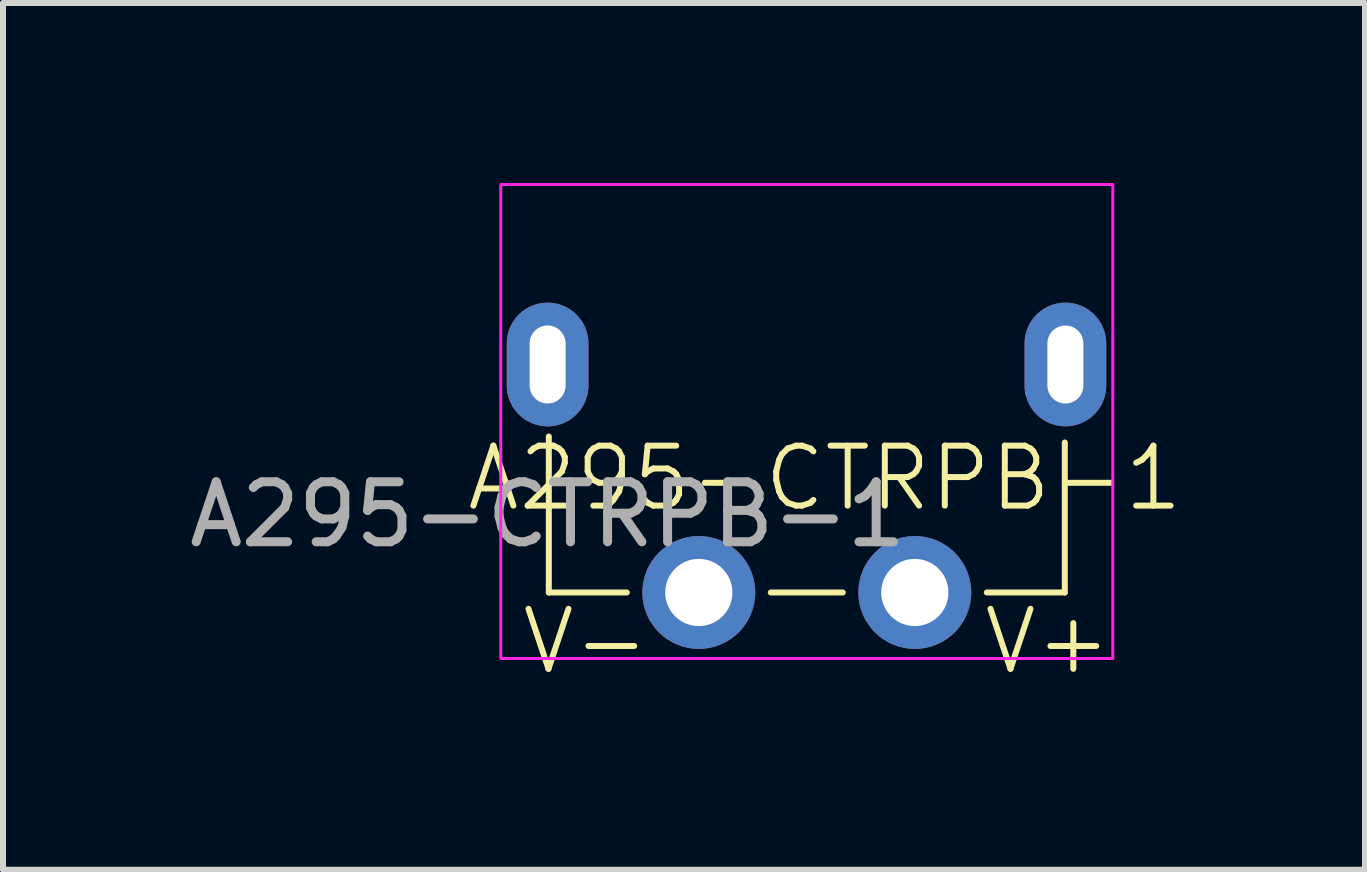
<source format=kicad_pcb>
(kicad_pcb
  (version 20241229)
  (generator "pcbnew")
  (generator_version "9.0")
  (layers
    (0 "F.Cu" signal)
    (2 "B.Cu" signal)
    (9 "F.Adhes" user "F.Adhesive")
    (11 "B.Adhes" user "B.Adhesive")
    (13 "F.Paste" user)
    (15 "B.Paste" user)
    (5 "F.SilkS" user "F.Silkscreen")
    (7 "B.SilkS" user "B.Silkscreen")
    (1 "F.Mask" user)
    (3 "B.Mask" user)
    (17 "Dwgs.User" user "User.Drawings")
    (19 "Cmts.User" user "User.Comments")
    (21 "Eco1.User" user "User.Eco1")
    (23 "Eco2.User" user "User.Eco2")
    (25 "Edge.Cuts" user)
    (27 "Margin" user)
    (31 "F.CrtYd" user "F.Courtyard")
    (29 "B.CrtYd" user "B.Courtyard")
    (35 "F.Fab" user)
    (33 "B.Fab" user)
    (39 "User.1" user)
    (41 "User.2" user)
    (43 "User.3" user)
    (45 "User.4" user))
  (footprint "A295-CTRPB-1"
    (layer "F.Cu")
    (at 10.397 6.825)
    (property "Reference" "A295-CTRPB-1" (at 0.3 -1.905 0) (unlocked yes) (layer "F.SilkS") (effects (font (size 1 1) (thickness 0.1))))
    (attr through_hole)
    (fp_line (start -4.3 -2.6) (end -4.3 0) (stroke (width 0.1) (type default)) (layer "F.SilkS"))
    (fp_line (start -4.3 0) (end -3 0) (stroke (width 0.1) (type default)) (layer "F.SilkS"))
    (fp_line (start -0.6 0) (end 0.6 0) (stroke (width 0.1) (type default)) (layer "F.SilkS"))
    (fp_line (start 4.3 -2.5) (end 4.3 0) (stroke (width 0.1) (type default)) (layer "F.SilkS"))
    (fp_line (start 4.3 0) (end 3 0) (stroke (width 0.1) (type default)) (layer "F.SilkS"))
    (fp_rect (start -5.1 -6.8) (end 5.1 1.1) (stroke (width 0.05) (type default)) (fill no) (layer "F.CrtYd"))
    (fp_line (start -4.3 -6.5) (end 4.3 -6.5) (stroke (width 0.1) (type default)) (layer "User.1"))
    (fp_line (start -4.3 -5) (end -4.3 -6.5) (stroke (width 0.1) (type default)) (layer "User.1"))
    (fp_line (start 4.3 -5) (end 4.3 -6.5) (stroke (width 0.1) (type default)) (layer "User.1"))
    (fp_text user "V+" (at 2.9 1.4 0) (unlocked yes) (layer "F.SilkS") (effects (font (size 1 1) (thickness 0.1)) (justify left bottom)))
    (fp_text user "V-" (at -4.8 1.4 0) (unlocked yes) (layer "F.SilkS") (effects (font (size 1 1) (thickness 0.1)) (justify left bottom)))
    (fp_text user "${REFERENCE}" (at -4.32 -1.3 0) (unlocked yes) (layer "F.Fab") (effects (font (size 1 1) (thickness 0.15))))
    (pad "" thru_hole oval (at -4.32 -3.8) (size 1.362 2.062) (drill oval 0.6 1.3) (layers "*.Cu" "*.Mask"))
    (pad "" thru_hole oval (at 4.31 -3.8) (size 1.362 2.062) (drill oval 0.6 1.3) (layers "*.Cu" "*.Mask"))
    (pad "1" thru_hole circle (at 1.8 0) (size 1.882 1.882) (drill 1.12) (layers "*.Cu" "*.Mask"))
    (pad "2" thru_hole circle (at -1.8 0) (size 1.882 1.882) (drill 1.12) (layers "*.Cu" "*.Mask")))
  (gr_rect
    (start -3 -3)
    (end 19.7 11.446)
    (stroke (width 0.1) (type default))
    (fill no)
    (layer "Edge.Cuts")))
</source>
